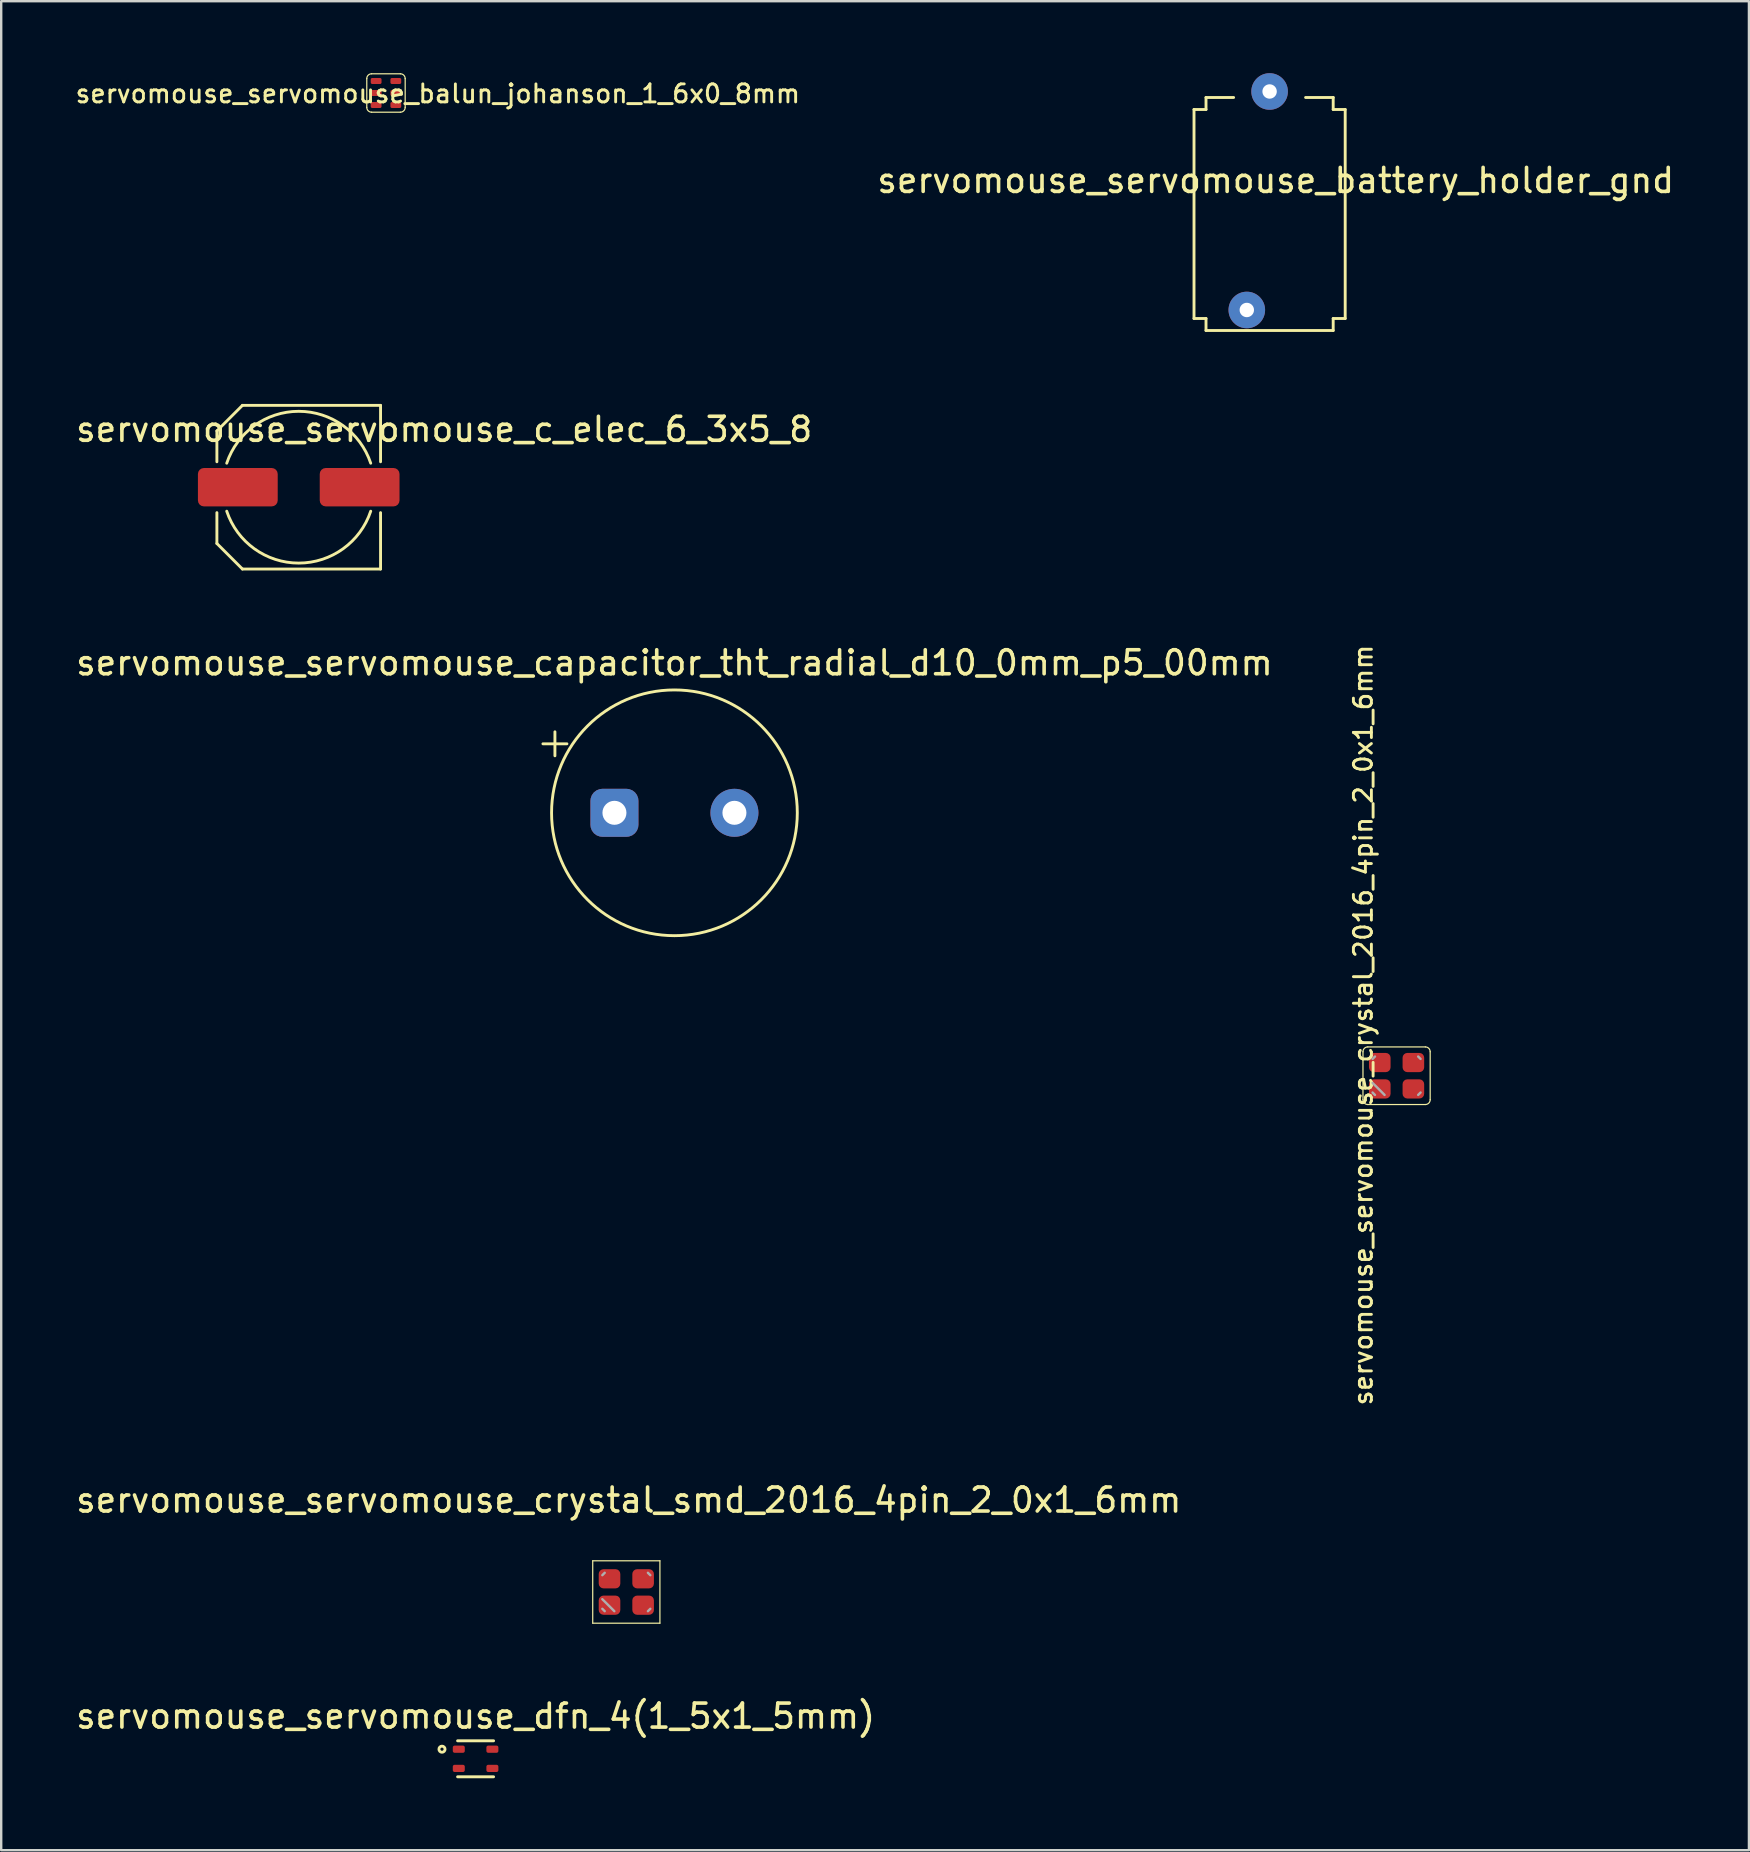
<source format=kicad_pcb>
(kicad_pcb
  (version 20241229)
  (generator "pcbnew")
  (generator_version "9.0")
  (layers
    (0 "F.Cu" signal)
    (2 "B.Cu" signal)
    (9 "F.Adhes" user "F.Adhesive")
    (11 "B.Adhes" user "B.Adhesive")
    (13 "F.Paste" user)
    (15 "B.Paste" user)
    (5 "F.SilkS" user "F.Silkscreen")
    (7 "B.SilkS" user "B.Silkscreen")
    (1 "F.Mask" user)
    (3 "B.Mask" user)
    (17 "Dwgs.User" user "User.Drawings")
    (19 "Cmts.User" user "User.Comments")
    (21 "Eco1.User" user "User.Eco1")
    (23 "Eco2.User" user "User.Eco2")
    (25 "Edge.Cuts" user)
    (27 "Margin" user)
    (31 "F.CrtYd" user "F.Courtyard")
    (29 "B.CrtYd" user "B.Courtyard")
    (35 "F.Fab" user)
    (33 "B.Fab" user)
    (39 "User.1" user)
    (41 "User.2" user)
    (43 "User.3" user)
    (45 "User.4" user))
  (footprint "servomouse_servomouse_dfn_4(1_5x1_5mm)"
    (layer "F.Cu")
    (at 16.768 70.24)
    (property "Reference" "servomouse_servomouse_dfn_4(1_5x1_5mm)" (at 0 -1.778 0) (unlocked yes) (layer "F.SilkS") (effects (font (size 1 1) (thickness 0.15))))
    (fp_line (start -0.75 -0.75) (end 0.75 -0.75) (stroke (width 0.12) (type solid)) (layer "F.SilkS"))
    (fp_line (start 0.75 0.75) (end -0.75 0.75) (stroke (width 0.12) (type solid)) (layer "F.SilkS"))
    (fp_circle (center -1.4 -0.4) (end -1.273 -0.4) (stroke (width 0.12) (type solid)) (fill no) (layer "F.SilkS"))
    (pad "1" smd roundrect (at -0.7 -0.4) (size 0.5 0.3) (layers "F.Cu" "F.Mask" "F.Paste") (roundrect_rratio 0.25))
    (pad "2" smd roundrect (at -0.7 0.4) (size 0.5 0.3) (layers "F.Cu" "F.Mask" "F.Paste") (roundrect_rratio 0.25))
    (pad "3" smd roundrect (at 0.7 0.4) (size 0.5 0.3) (layers "F.Cu" "F.Mask" "F.Paste") (roundrect_rratio 0.25))
    (pad "4" smd roundrect (at 0.7 -0.4) (size 0.5 0.3) (layers "F.Cu" "F.Mask" "F.Paste") (roundrect_rratio 0.25)))
  (footprint "servomouse_servomouse_c_elec_6_3x5_8"
    (layer "F.Cu")
    (at 9.398 17.252)
    (property "Reference" "servomouse_servomouse_c_elec_6_3x5_8" (at 6.06 -2.41 0) (layer "F.SilkS") (effects (font (size 1 1) (thickness 0.15))))
    (attr smd)
    (fp_line (start -3.41 -2.346) (end -3.41 -1.06) (stroke (width 0.12) (type solid)) (layer "F.SilkS"))
    (fp_line (start -3.41 -2.346) (end -2.346 -3.41) (stroke (width 0.12) (type solid)) (layer "F.SilkS"))
    (fp_line (start -3.41 2.346) (end -3.41 1.06) (stroke (width 0.12) (type solid)) (layer "F.SilkS"))
    (fp_line (start -3.41 2.346) (end -2.346 3.41) (stroke (width 0.12) (type solid)) (layer "F.SilkS"))
    (fp_line (start -2.346 -3.41) (end 3.41 -3.41) (stroke (width 0.12) (type solid)) (layer "F.SilkS"))
    (fp_line (start -2.346 3.41) (end 3.41 3.41) (stroke (width 0.12) (type solid)) (layer "F.SilkS"))
    (fp_line (start 3.41 -3.41) (end 3.41 -1.06) (stroke (width 0.12) (type solid)) (layer "F.SilkS"))
    (fp_line (start 3.41 3.41) (end 3.41 1.06) (stroke (width 0.12) (type solid)) (layer "F.SilkS"))
    (fp_arc (start -2.999999 -1) (mid 0 -3.162277) (end 2.999999 -1) (stroke (width 0.12) (type solid)) (layer "F.SilkS"))
    (fp_arc (start 2.999999 1) (mid 0 3.162277) (end -2.999999 1) (stroke (width 0.12) (type solid)) (layer "F.SilkS"))
    (pad "1" smd roundrect (at -2.538 0) (size 3.325 1.6) (layers "F.Cu" "F.Mask" "F.Paste") (roundrect_rratio 0.156))
    (pad "2" smd roundrect (at 2.538 0) (size 3.325 1.6) (layers "F.Cu" "F.Mask" "F.Paste") (roundrect_rratio 0.156)))
  (footprint "servomouse_servomouse_crystal_smd_2016_4pin_2_0x1_6mm"
    (layer "F.Cu")
    (at 23.049 63.289)
    (property "Reference" "servomouse_servomouse_crystal_smd_2016_4pin_2_0x1_6mm" (at 0.1 -3.83 0) (layer "F.SilkS") (effects (font (size 1 1) (thickness 0.15))))
    (attr smd)
    (fp_line (start -1.4 -1.3) (end -1.4 1.3) (stroke (width 0.05) (type solid)) (layer "F.SilkS"))
    (fp_line (start -1.4 1.3) (end 1.4 1.3) (stroke (width 0.05) (type solid)) (layer "F.SilkS"))
    (fp_line (start 1.4 -1.3) (end -1.4 -1.3) (stroke (width 0.05) (type solid)) (layer "F.SilkS"))
    (fp_line (start 1.4 1.3) (end 1.4 -1.3) (stroke (width 0.05) (type solid)) (layer "F.SilkS"))
    (fp_line (start -1 -0.7) (end -0.9 -0.8) (stroke (width 0.1) (type solid)) (layer "F.Fab"))
    (fp_line (start -1 0.3) (end -0.5 0.8) (stroke (width 0.1) (type solid)) (layer "F.Fab"))
    (fp_line (start -0.9 0.8) (end -1 0.7) (stroke (width 0.1) (type solid)) (layer "F.Fab"))
    (fp_line (start 0.9 -0.8) (end 1 -0.7) (stroke (width 0.1) (type solid)) (layer "F.Fab"))
    (fp_line (start 1 0.7) (end 0.9 0.8) (stroke (width 0.1) (type solid)) (layer "F.Fab"))
    (pad "1" smd roundrect (at -0.7 0.55) (size 0.9 0.8) (layers "F.Cu" "F.Mask" "F.Paste") (roundrect_rratio 0.25))
    (pad "2" smd roundrect (at 0.7 0.55) (size 0.9 0.8) (layers "F.Cu" "F.Mask" "F.Paste") (roundrect_rratio 0.25))
    (pad "3" smd roundrect (at 0.7 -0.55) (size 0.9 0.8) (layers "F.Cu" "F.Mask" "F.Paste") (roundrect_rratio 0.25))
    (pad "4" smd roundrect (at -0.7 -0.55) (size 0.9 0.8) (layers "F.Cu" "F.Mask" "F.Paste") (roundrect_rratio 0.25)))
  (footprint "servomouse_servomouse_balun_johanson_1_6x0_8mm"
    (layer "F.Cu")
    (at 13.034 0.825)
    (property "Reference" "servomouse_servomouse_balun_johanson_1_6x0_8mm" (at 2.16 0.03 0) (layer "F.SilkS") (effects (font (size 0.75 0.75) (thickness 0.12))))
    (attr smd)
    (fp_line (start -0.8 0.6) (end -0.8 -0.6) (stroke (width 0.05) (type solid)) (layer "F.SilkS"))
    (fp_line (start -0.6 -0.8) (end 0.6 -0.8) (stroke (width 0.05) (type solid)) (layer "F.SilkS"))
    (fp_line (start 0.6 0.8) (end -0.6 0.8) (stroke (width 0.05) (type solid)) (layer "F.SilkS"))
    (fp_line (start 0.8 -0.6) (end 0.8 0.6) (stroke (width 0.05) (type solid)) (layer "F.SilkS"))
    (fp_arc (start -0.8 -0.6) (mid -0.741421 -0.741421) (end -0.6 -0.8) (stroke (width 0.05) (type solid)) (layer "F.SilkS"))
    (fp_arc (start -0.6 0.8) (mid -0.741421 0.741421) (end -0.8 0.6) (stroke (width 0.05) (type solid)) (layer "F.SilkS"))
    (fp_arc (start 0.6 -0.8) (mid 0.741421 -0.741421) (end 0.8 -0.6) (stroke (width 0.05) (type solid)) (layer "F.SilkS"))
    (fp_arc (start 0.8 0.6) (mid 0.741421 0.741421) (end 0.6 0.8) (stroke (width 0.05) (type solid)) (layer "F.SilkS"))
    (pad "1" smd roundrect (at -0.41 -0.5 180) (size 0.45 0.25) (layers "F.Cu" "F.Mask" "F.Paste") (roundrect_rratio 0.25))
    (pad "2" smd roundrect (at -0.41 0) (size 0.45 0.25) (layers "F.Cu" "F.Mask" "F.Paste") (roundrect_rratio 0.25))
    (pad "3" smd roundrect (at -0.41 0.5) (size 0.45 0.25) (layers "F.Cu" "F.Mask" "F.Paste") (roundrect_rratio 0.25))
    (pad "4" smd roundrect (at 0.41 0.5) (size 0.45 0.25) (layers "F.Cu" "F.Mask" "F.Paste") (roundrect_rratio 0.25))
    (pad "5" smd roundrect (at 0.41 0) (size 0.45 0.25) (layers "F.Cu" "F.Mask" "F.Paste") (roundrect_rratio 0.25))
    (pad "6" smd roundrect (at 0.41 -0.5) (size 0.45 0.25) (layers "F.Cu" "F.Mask" "F.Paste") (roundrect_rratio 0.25)))
  (footprint "servomouse_servomouse_battery_holder_gnd"
    (layer "F.Cu")
    (at 49.855 5.867)
    (property "Reference" "servomouse_servomouse_battery_holder_gnd" (at 0.254 -1.397 0) (unlocked yes) (layer "F.SilkS") (effects (font (size 1 1) (thickness 0.15))))
    (fp_line (start -3.15 -4.355) (end -2.65 -4.355) (stroke (width 0.12) (type solid)) (layer "F.SilkS"))
    (fp_line (start -3.15 4.355) (end -3.15 -4.355) (stroke (width 0.12) (type solid)) (layer "F.SilkS"))
    (fp_line (start -2.65 -4.855) (end -1.5 -4.855) (stroke (width 0.12) (type solid)) (layer "F.SilkS"))
    (fp_line (start -2.65 -4.355) (end -2.65 -4.855) (stroke (width 0.12) (type solid)) (layer "F.SilkS"))
    (fp_line (start -2.65 4.355) (end -3.15 4.355) (stroke (width 0.12) (type solid)) (layer "F.SilkS"))
    (fp_line (start -2.65 4.855) (end -2.65 4.355) (stroke (width 0.12) (type solid)) (layer "F.SilkS"))
    (fp_line (start 1.5 -4.855) (end 2.65 -4.855) (stroke (width 0.12) (type solid)) (layer "F.SilkS"))
    (fp_line (start 2.65 -4.855) (end 2.65 -4.355) (stroke (width 0.12) (type solid)) (layer "F.SilkS"))
    (fp_line (start 2.65 -4.355) (end 3.15 -4.355) (stroke (width 0.12) (type solid)) (layer "F.SilkS"))
    (fp_line (start 2.65 4.355) (end 2.65 4.855) (stroke (width 0.12) (type solid)) (layer "F.SilkS"))
    (fp_line (start 2.65 4.855) (end -2.65 4.855) (stroke (width 0.12) (type solid)) (layer "F.SilkS"))
    (fp_line (start 3.15 -4.355) (end 3.15 4.355) (stroke (width 0.12) (type solid)) (layer "F.SilkS"))
    (fp_line (start 3.15 4.355) (end 2.65 4.355) (stroke (width 0.12) (type solid)) (layer "F.SilkS"))
    (pad "1" thru_hole circle (at -0.95 4) (size 1.524 1.524) (drill 0.6) (layers "*.Cu" "*.Mask"))
    (pad "1" thru_hole circle (at 0 -5.105) (size 1.524 1.524) (drill 0.6) (layers "*.Cu" "*.Mask")))
  (footprint "servomouse_servomouse_capacitor_tht_radial_d10_0mm_p5_00mm"
    (layer "F.Cu")
    (at 22.554 30.82)
    (property "Reference" "servomouse_servomouse_capacitor_tht_radial_d10_0mm_p5_00mm" (at 2.5 -6.25 0) (layer "F.SilkS") (effects (font (size 1 1) (thickness 0.15))))
    (attr through_hole)
    (fp_line (start -2.98 -2.875) (end -1.98 -2.875) (stroke (width 0.12) (type solid)) (layer "F.SilkS"))
    (fp_line (start -2.48 -3.375) (end -2.48 -2.375) (stroke (width 0.12) (type solid)) (layer "F.SilkS"))
    (fp_circle (center 2.5 0) (end 7.62 0) (stroke (width 0.12) (type solid)) (fill no) (layer "F.SilkS"))
    (pad "1" thru_hole roundrect (at 0 0) (size 2 2) (drill 1) (layers "*.Cu" "*.Mask") (roundrect_rratio 0.25))
    (pad "2" thru_hole circle (at 5 0) (size 2 2) (drill 1) (layers "*.Cu" "*.Mask")))
  (footprint "servomouse_servomouse_crystal_2016_4pin_2_0x1_6mm"
    (layer "F.Cu")
    (at 55.146 41.776)
    (property "Reference" "servomouse_servomouse_crystal_2016_4pin_2_0x1_6mm" (at -1.39 -2.11 270) (layer "F.SilkS") (effects (font (size 0.75 0.75) (thickness 0.12))))
    (attr smd)
    (fp_line (start -1.4 -1) (end -1.4 1) (stroke (width 0.05) (type solid)) (layer "F.SilkS"))
    (fp_line (start -1.2 1.2) (end 1.2 1.2) (stroke (width 0.05) (type solid)) (layer "F.SilkS"))
    (fp_line (start 1.2 -1.2) (end -1.2 -1.2) (stroke (width 0.05) (type solid)) (layer "F.SilkS"))
    (fp_line (start 1.4 1) (end 1.4 -1) (stroke (width 0.05) (type solid)) (layer "F.SilkS"))
    (fp_arc (start -1.4 -1) (mid -1.341421 -1.141421) (end -1.2 -1.2) (stroke (width 0.05) (type solid)) (layer "F.SilkS"))
    (fp_arc (start -1.2 1.2) (mid -1.341421 1.141421) (end -1.4 1) (stroke (width 0.05) (type solid)) (layer "F.SilkS"))
    (fp_arc (start 1.2 -1.2) (mid 1.341421 -1.141421) (end 1.4 -1) (stroke (width 0.05) (type solid)) (layer "F.SilkS"))
    (fp_arc (start 1.4 1) (mid 1.341421 1.141421) (end 1.2 1.2) (stroke (width 0.05) (type solid)) (layer "F.SilkS"))
    (fp_line (start -1 -0.7) (end -0.9 -0.8) (stroke (width 0.1) (type solid)) (layer "F.Fab"))
    (fp_line (start -1 0.3) (end -0.5 0.8) (stroke (width 0.1) (type solid)) (layer "F.Fab"))
    (fp_line (start -0.9 0.8) (end -1 0.7) (stroke (width 0.1) (type solid)) (layer "F.Fab"))
    (fp_line (start 0.9 -0.8) (end 1 -0.7) (stroke (width 0.1) (type solid)) (layer "F.Fab"))
    (fp_line (start 1 0.7) (end 0.9 0.8) (stroke (width 0.1) (type solid)) (layer "F.Fab"))
    (pad "1" smd roundrect (at -0.7 0.55) (size 0.9 0.8) (layers "F.Cu" "F.Mask" "F.Paste") (roundrect_rratio 0.25))
    (pad "2" smd roundrect (at 0.7 0.55) (size 0.9 0.8) (layers "F.Cu" "F.Mask" "F.Paste") (roundrect_rratio 0.25))
    (pad "3" smd roundrect (at 0.7 -0.55) (size 0.9 0.8) (layers "F.Cu" "F.Mask" "F.Paste") (roundrect_rratio 0.25))
    (pad "4" smd roundrect (at -0.7 -0.55) (size 0.9 0.8) (layers "F.Cu" "F.Mask" "F.Paste") (roundrect_rratio 0.25)))
  (gr_rect
    (start -3 -3)
    (end 69.829 74.05)
    (stroke (width 0.1) (type default))
    (fill no)
    (layer "Edge.Cuts")))
</source>
